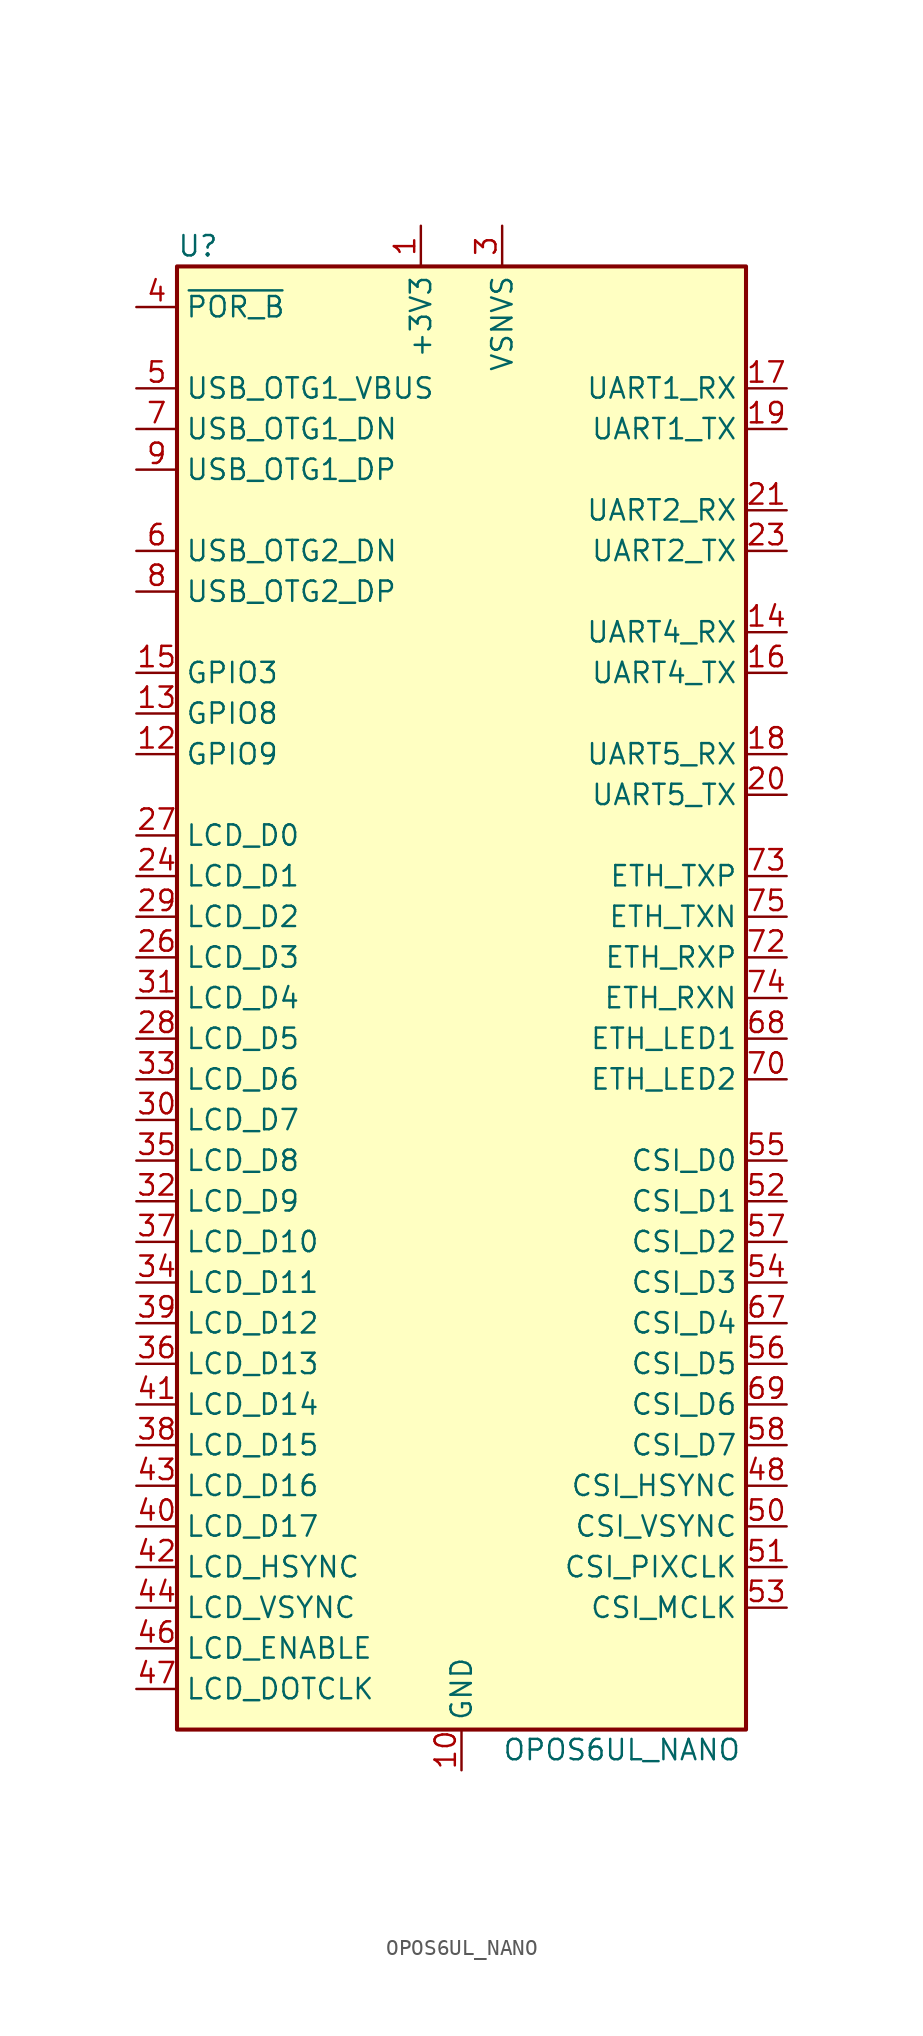
<source format=kicad_sym>
(kicad_symbol_lib
  (version 20220914)
  (generator kicad_symbol_editor)
  (symbol "OPOS6UL_NANO"
    (property "Reference" "U"
      (at -17.78 46.99 0)
      (effects (font (size 1.27 1.27)) (justify left)))
    (property "Value" "OPOS6UL_NANO"
      (at 2.54 -46.99 0)
      (effects (font (size 1.27 1.27)) (justify left)))
    (symbol "OPOS6UL_NANO_0_1"
      (rectangle (start -17.78 45.72) (end 17.78 -45.72) (stroke (width 0.254) (type default)) (fill (type background))))
    (symbol "OPOS6UL_NANO_1_1"
      (pin power_in line (at -2.54 48.26 270) (length 2.54) (name "+3V3" (effects (font (size 1.27 1.27)))) (number "1" (effects (font (size 1.27 1.27)))))
      (pin power_in line (at 0 -48.26 90) (length 2.54) (name "GND" (effects (font (size 1.27 1.27)))) (number "10" (effects (font (size 1.27 1.27)))))
      (pin passive line (at 0 -48.26 90) (length 2.54) hide (name "GND" (effects (font (size 1.27 1.27)))) (number "11" (effects (font (size 1.27 1.27)))))
      (pin bidirectional line (at -20.32 15.24 0) (length 2.54) (name "GPIO9" (effects (font (size 1.27 1.27)))) (number "12" (effects (font (size 1.27 1.27)))))
      (pin bidirectional line (at -20.32 17.78 0) (length 2.54) (name "GPIO8" (effects (font (size 1.27 1.27)))) (number "13" (effects (font (size 1.27 1.27)))))
      (pin bidirectional line (at 20.32 22.86 180) (length 2.54) (name "UART4_RX" (effects (font (size 1.27 1.27)))) (number "14" (effects (font (size 1.27 1.27)))))
      (pin bidirectional line (at -20.32 20.32 0) (length 2.54) (name "GPIO3" (effects (font (size 1.27 1.27)))) (number "15" (effects (font (size 1.27 1.27)))))
      (pin bidirectional line (at 20.32 20.32 180) (length 2.54) (name "UART4_TX" (effects (font (size 1.27 1.27)))) (number "16" (effects (font (size 1.27 1.27)))))
      (pin bidirectional line (at 20.32 38.1 180) (length 2.54) (name "UART1_RX" (effects (font (size 1.27 1.27)))) (number "17" (effects (font (size 1.27 1.27)))))
      (pin bidirectional line (at 20.32 15.24 180) (length 2.54) (name "UART5_RX" (effects (font (size 1.27 1.27)))) (number "18" (effects (font (size 1.27 1.27)))))
      (pin bidirectional line (at 20.32 35.56 180) (length 2.54) (name "UART1_TX" (effects (font (size 1.27 1.27)))) (number "19" (effects (font (size 1.27 1.27)))))
      (pin passive line (at -2.54 48.26 270) (length 2.54) hide (name "+3V3" (effects (font (size 1.27 1.27)))) (number "2" (effects (font (size 1.27 1.27)))))
      (pin bidirectional line (at 20.32 12.7 180) (length 2.54) (name "UART5_TX" (effects (font (size 1.27 1.27)))) (number "20" (effects (font (size 1.27 1.27)))))
      (pin bidirectional line (at 20.32 30.48 180) (length 2.54) (name "UART2_RX" (effects (font (size 1.27 1.27)))) (number "21" (effects (font (size 1.27 1.27)))))
      (pin passive line (at 0 -48.26 90) (length 2.54) hide (name "GND" (effects (font (size 1.27 1.27)))) (number "22" (effects (font (size 1.27 1.27)))))
      (pin bidirectional line (at 20.32 27.94 180) (length 2.54) (name "UART2_TX" (effects (font (size 1.27 1.27)))) (number "23" (effects (font (size 1.27 1.27)))))
      (pin bidirectional line (at -20.32 7.62 0) (length 2.54) (name "LCD_D1" (effects (font (size 1.27 1.27)))) (number "24" (effects (font (size 1.27 1.27)))))
      (pin passive line (at 0 -48.26 90) (length 2.54) hide (name "GND" (effects (font (size 1.27 1.27)))) (number "25" (effects (font (size 1.27 1.27)))))
      (pin bidirectional line (at -20.32 2.54 0) (length 2.54) (name "LCD_D3" (effects (font (size 1.27 1.27)))) (number "26" (effects (font (size 1.27 1.27)))))
      (pin bidirectional line (at -20.32 10.16 0) (length 2.54) (name "LCD_D0" (effects (font (size 1.27 1.27)))) (number "27" (effects (font (size 1.27 1.27)))))
      (pin bidirectional line (at -20.32 -2.54 0) (length 2.54) (name "LCD_D5" (effects (font (size 1.27 1.27)))) (number "28" (effects (font (size 1.27 1.27)))))
      (pin bidirectional line (at -20.32 5.08 0) (length 2.54) (name "LCD_D2" (effects (font (size 1.27 1.27)))) (number "29" (effects (font (size 1.27 1.27)))))
      (pin power_in line (at 2.54 48.26 270) (length 2.54) (name "VSNVS" (effects (font (size 1.27 1.27)))) (number "3" (effects (font (size 1.27 1.27)))))
      (pin bidirectional line (at -20.32 -7.62 0) (length 2.54) (name "LCD_D7" (effects (font (size 1.27 1.27)))) (number "30" (effects (font (size 1.27 1.27)))))
      (pin bidirectional line (at -20.32 0 0) (length 2.54) (name "LCD_D4" (effects (font (size 1.27 1.27)))) (number "31" (effects (font (size 1.27 1.27)))))
      (pin bidirectional line (at -20.32 -12.7 0) (length 2.54) (name "LCD_D9" (effects (font (size 1.27 1.27)))) (number "32" (effects (font (size 1.27 1.27)))))
      (pin bidirectional line (at -20.32 -5.08 0) (length 2.54) (name "LCD_D6" (effects (font (size 1.27 1.27)))) (number "33" (effects (font (size 1.27 1.27)))))
      (pin bidirectional line (at -20.32 -17.78 0) (length 2.54) (name "LCD_D11" (effects (font (size 1.27 1.27)))) (number "34" (effects (font (size 1.27 1.27)))))
      (pin bidirectional line (at -20.32 -10.16 0) (length 2.54) (name "LCD_D8" (effects (font (size 1.27 1.27)))) (number "35" (effects (font (size 1.27 1.27)))))
      (pin bidirectional line (at -20.32 -22.86 0) (length 2.54) (name "LCD_D13" (effects (font (size 1.27 1.27)))) (number "36" (effects (font (size 1.27 1.27)))))
      (pin bidirectional line (at -20.32 -15.24 0) (length 2.54) (name "LCD_D10" (effects (font (size 1.27 1.27)))) (number "37" (effects (font (size 1.27 1.27)))))
      (pin bidirectional line (at -20.32 -27.94 0) (length 2.54) (name "LCD_D15" (effects (font (size 1.27 1.27)))) (number "38" (effects (font (size 1.27 1.27)))))
      (pin bidirectional line (at -20.32 -20.32 0) (length 2.54) (name "LCD_D12" (effects (font (size 1.27 1.27)))) (number "39" (effects (font (size 1.27 1.27)))))
      (pin input line (at -20.32 43.18 0) (length 2.54) (name "~{POR_B}" (effects (font (size 1.27 1.27)))) (number "4" (effects (font (size 1.27 1.27)))))
      (pin bidirectional line (at -20.32 -33.02 0) (length 2.54) (name "LCD_D17" (effects (font (size 1.27 1.27)))) (number "40" (effects (font (size 1.27 1.27)))))
      (pin bidirectional line (at -20.32 -25.4 0) (length 2.54) (name "LCD_D14" (effects (font (size 1.27 1.27)))) (number "41" (effects (font (size 1.27 1.27)))))
      (pin bidirectional line (at -20.32 -35.56 0) (length 2.54) (name "LCD_HSYNC" (effects (font (size 1.27 1.27)))) (number "42" (effects (font (size 1.27 1.27)))))
      (pin bidirectional line (at -20.32 -30.48 0) (length 2.54) (name "LCD_D16" (effects (font (size 1.27 1.27)))) (number "43" (effects (font (size 1.27 1.27)))))
      (pin bidirectional line (at -20.32 -38.1 0) (length 2.54) (name "LCD_VSYNC" (effects (font (size 1.27 1.27)))) (number "44" (effects (font (size 1.27 1.27)))))
      (pin passive line (at 0 -48.26 90) (length 2.54) hide (name "GND" (effects (font (size 1.27 1.27)))) (number "45" (effects (font (size 1.27 1.27)))))
      (pin bidirectional line (at -20.32 -40.64 0) (length 2.54) (name "LCD_ENABLE" (effects (font (size 1.27 1.27)))) (number "46" (effects (font (size 1.27 1.27)))))
      (pin bidirectional line (at -20.32 -43.18 0) (length 2.54) (name "LCD_DOTCLK" (effects (font (size 1.27 1.27)))) (number "47" (effects (font (size 1.27 1.27)))))
      (pin bidirectional line (at 20.32 -30.48 180) (length 2.54) (name "CSI_HSYNC" (effects (font (size 1.27 1.27)))) (number "48" (effects (font (size 1.27 1.27)))))
      (pin passive line (at 0 -48.26 90) (length 2.54) hide (name "GND" (effects (font (size 1.27 1.27)))) (number "49" (effects (font (size 1.27 1.27)))))
      (pin power_in line (at -20.32 38.1 0) (length 2.54) (name "USB_OTG1_VBUS" (effects (font (size 1.27 1.27)))) (number "5" (effects (font (size 1.27 1.27)))))
      (pin bidirectional line (at 20.32 -33.02 180) (length 2.54) (name "CSI_VSYNC" (effects (font (size 1.27 1.27)))) (number "50" (effects (font (size 1.27 1.27)))))
      (pin bidirectional line (at 20.32 -35.56 180) (length 2.54) (name "CSI_PIXCLK" (effects (font (size 1.27 1.27)))) (number "51" (effects (font (size 1.27 1.27)))))
      (pin bidirectional line (at 20.32 -12.7 180) (length 2.54) (name "CSI_D1" (effects (font (size 1.27 1.27)))) (number "52" (effects (font (size 1.27 1.27)))))
      (pin bidirectional line (at 20.32 -38.1 180) (length 2.54) (name "CSI_MCLK" (effects (font (size 1.27 1.27)))) (number "53" (effects (font (size 1.27 1.27)))))
      (pin bidirectional line (at 20.32 -17.78 180) (length 2.54) (name "CSI_D3" (effects (font (size 1.27 1.27)))) (number "54" (effects (font (size 1.27 1.27)))))
      (pin bidirectional line (at 20.32 -10.16 180) (length 2.54) (name "CSI_D0" (effects (font (size 1.27 1.27)))) (number "55" (effects (font (size 1.27 1.27)))))
      (pin bidirectional line (at 20.32 -22.86 180) (length 2.54) (name "CSI_D5" (effects (font (size 1.27 1.27)))) (number "56" (effects (font (size 1.27 1.27)))))
      (pin bidirectional line (at 20.32 -15.24 180) (length 2.54) (name "CSI_D2" (effects (font (size 1.27 1.27)))) (number "57" (effects (font (size 1.27 1.27)))))
      (pin bidirectional line (at 20.32 -27.94 180) (length 2.54) (name "CSI_D7" (effects (font (size 1.27 1.27)))) (number "58" (effects (font (size 1.27 1.27)))))
      (pin bidirectional line (at -20.32 27.94 0) (length 2.54) (name "USB_OTG2_DN" (effects (font (size 1.27 1.27)))) (number "6" (effects (font (size 1.27 1.27)))))
      (pin bidirectional line (at 20.32 -20.32 180) (length 2.54) (name "CSI_D4" (effects (font (size 1.27 1.27)))) (number "67" (effects (font (size 1.27 1.27)))))
      (pin output line (at 20.32 -2.54 180) (length 2.54) (name "ETH_LED1" (effects (font (size 1.27 1.27)))) (number "68" (effects (font (size 1.27 1.27)))))
      (pin bidirectional line (at 20.32 -25.4 180) (length 2.54) (name "CSI_D6" (effects (font (size 1.27 1.27)))) (number "69" (effects (font (size 1.27 1.27)))))
      (pin bidirectional line (at -20.32 35.56 0) (length 2.54) (name "USB_OTG1_DN" (effects (font (size 1.27 1.27)))) (number "7" (effects (font (size 1.27 1.27)))))
      (pin output line (at 20.32 -5.08 180) (length 2.54) (name "ETH_LED2" (effects (font (size 1.27 1.27)))) (number "70" (effects (font (size 1.27 1.27)))))
      (pin passive line (at 0 -48.26 90) (length 2.54) hide (name "GND" (effects (font (size 1.27 1.27)))) (number "71" (effects (font (size 1.27 1.27)))))
      (pin input line (at 20.32 2.54 180) (length 2.54) (name "ETH_RXP" (effects (font (size 1.27 1.27)))) (number "72" (effects (font (size 1.27 1.27)))))
      (pin output line (at 20.32 7.62 180) (length 2.54) (name "ETH_TXP" (effects (font (size 1.27 1.27)))) (number "73" (effects (font (size 1.27 1.27)))))
      (pin input line (at 20.32 0 180) (length 2.54) (name "ETH_RXN" (effects (font (size 1.27 1.27)))) (number "74" (effects (font (size 1.27 1.27)))))
      (pin output line (at 20.32 5.08 180) (length 2.54) (name "ETH_TXN" (effects (font (size 1.27 1.27)))) (number "75" (effects (font (size 1.27 1.27)))))
      (pin bidirectional line (at -20.32 25.4 0) (length 2.54) (name "USB_OTG2_DP" (effects (font (size 1.27 1.27)))) (number "8" (effects (font (size 1.27 1.27)))))
      (pin bidirectional line (at -20.32 33.02 0) (length 2.54) (name "USB_OTG1_DP" (effects (font (size 1.27 1.27)))) (number "9" (effects (font (size 1.27 1.27))))))))
</source>
